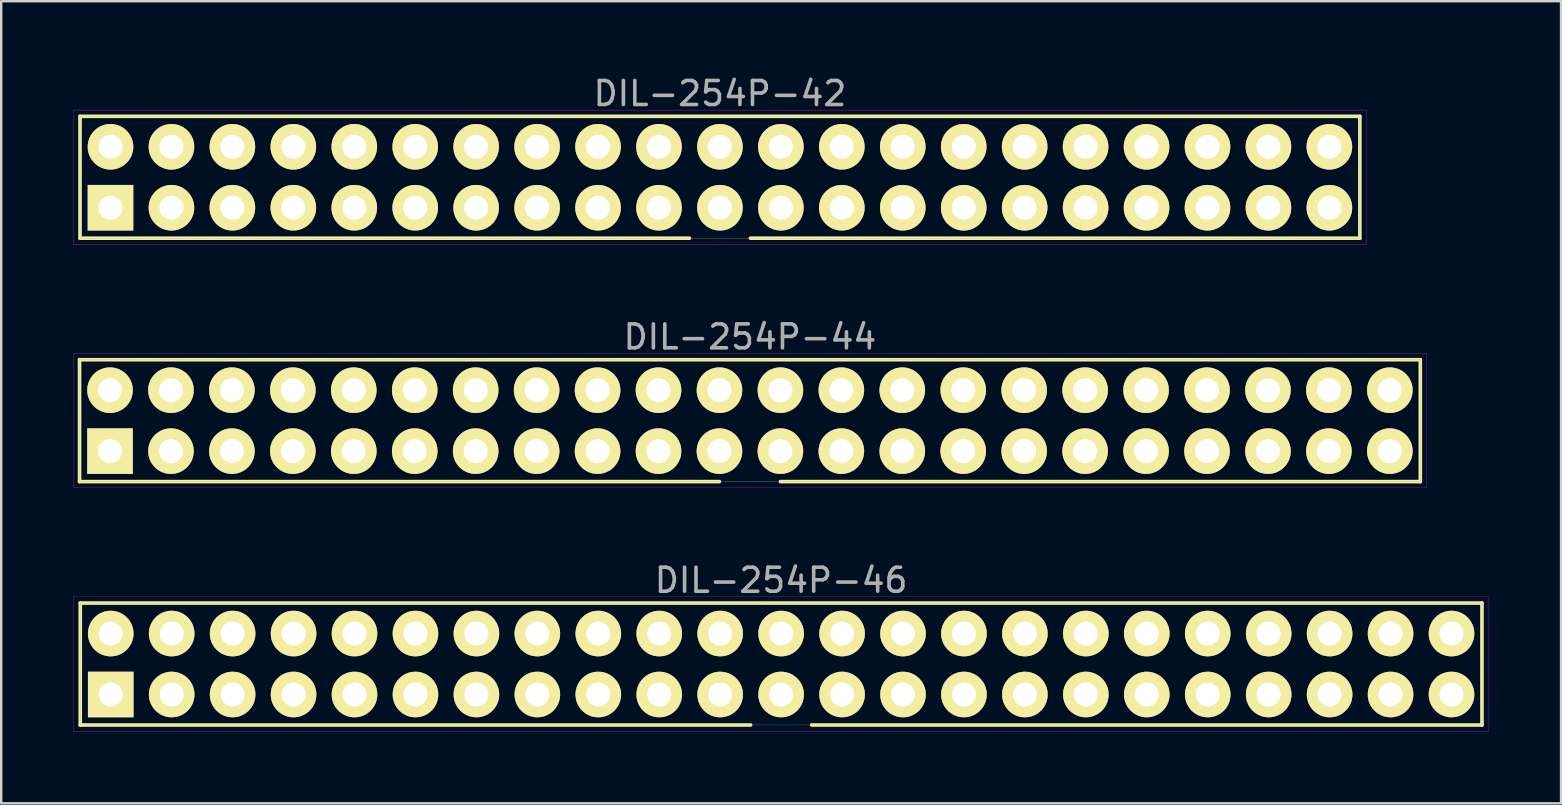
<source format=kicad_pcb>
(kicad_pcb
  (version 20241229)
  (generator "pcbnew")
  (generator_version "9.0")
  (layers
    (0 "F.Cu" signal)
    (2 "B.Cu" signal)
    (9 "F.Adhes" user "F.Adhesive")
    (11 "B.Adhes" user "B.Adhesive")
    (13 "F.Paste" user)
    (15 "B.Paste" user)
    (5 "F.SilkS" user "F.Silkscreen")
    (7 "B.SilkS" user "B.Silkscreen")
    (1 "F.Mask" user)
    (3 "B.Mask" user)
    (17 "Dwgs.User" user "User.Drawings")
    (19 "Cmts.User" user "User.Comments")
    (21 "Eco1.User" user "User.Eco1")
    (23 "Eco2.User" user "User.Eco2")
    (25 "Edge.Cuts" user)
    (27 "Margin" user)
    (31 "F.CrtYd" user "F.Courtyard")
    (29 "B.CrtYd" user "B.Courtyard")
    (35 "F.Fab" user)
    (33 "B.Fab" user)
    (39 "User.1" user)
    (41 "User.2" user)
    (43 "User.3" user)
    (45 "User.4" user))
  (footprint "DIL-254P-46"
    (layer "F.Cu")
    (at 29.505 24.625)
    (property "Reference" "DIL-254P-46" (at 0 -3.49 0) (layer "F.Fab") (effects (font (size 1 1) (thickness 0.15))))
    (attr through_hole)
    (fp_line (start -29.21 -2.54) (end 29.21 -2.54) (stroke (width 0.15) (type solid)) (layer "F.SilkS"))
    (fp_line (start -29.21 2.54) (end -29.21 -2.54) (stroke (width 0.15) (type solid)) (layer "F.SilkS"))
    (fp_line (start -1.27 2.54) (end -29.21 2.54) (stroke (width 0.15) (type solid)) (layer "F.SilkS"))
    (fp_line (start 29.21 -2.54) (end 29.21 2.54) (stroke (width 0.15) (type solid)) (layer "F.SilkS"))
    (fp_line (start 29.21 2.54) (end 1.27 2.54) (stroke (width 0.15) (type solid)) (layer "F.SilkS"))
    (fp_line (start -29.5 -2.8) (end 29.5 -2.8) (stroke (width 0.01) (type solid)) (layer "F.CrtYd"))
    (fp_line (start -29.5 2.8) (end -29.5 -2.8) (stroke (width 0.01) (type solid)) (layer "F.CrtYd"))
    (fp_line (start 29.5 -2.8) (end 29.5 2.8) (stroke (width 0.01) (type solid)) (layer "F.CrtYd"))
    (fp_line (start 29.5 2.8) (end -29.5 2.8) (stroke (width 0.01) (type solid)) (layer "F.CrtYd"))
    (fp_line (start -29.21 -2.54) (end 29.21 -2.54) (stroke (width 0.01) (type solid)) (layer "F.Fab"))
    (fp_line (start -29.21 2.54) (end -29.21 -2.54) (stroke (width 0.01) (type solid)) (layer "F.Fab"))
    (fp_line (start 29.21 -2.54) (end 29.21 2.54) (stroke (width 0.01) (type solid)) (layer "F.Fab"))
    (fp_line (start 29.21 2.54) (end -29.21 2.54) (stroke (width 0.01) (type solid)) (layer "F.Fab"))
    (pad "1" thru_hole rect (at -27.94 1.27) (size 1.9 1.9) (drill 1) (layers "*.Cu" "*.Mask" "F.SilkS"))
    (pad "2" thru_hole circle (at -27.94 -1.27) (size 1.9 1.9) (drill 1) (layers "*.Cu" "*.Mask" "F.SilkS"))
    (pad "3" thru_hole circle (at -25.4 1.27) (size 1.9 1.9) (drill 1) (layers "*.Cu" "*.Mask" "F.SilkS"))
    (pad "4" thru_hole circle (at -25.4 -1.27) (size 1.9 1.9) (drill 1) (layers "*.Cu" "*.Mask" "F.SilkS"))
    (pad "5" thru_hole circle (at -22.86 1.27) (size 1.9 1.9) (drill 1) (layers "*.Cu" "*.Mask" "F.SilkS"))
    (pad "6" thru_hole circle (at -22.86 -1.27) (size 1.9 1.9) (drill 1) (layers "*.Cu" "*.Mask" "F.SilkS"))
    (pad "7" thru_hole circle (at -20.32 1.27) (size 1.9 1.9) (drill 1) (layers "*.Cu" "*.Mask" "F.SilkS"))
    (pad "8" thru_hole circle (at -20.32 -1.27) (size 1.9 1.9) (drill 1) (layers "*.Cu" "*.Mask" "F.SilkS"))
    (pad "9" thru_hole circle (at -17.78 1.27) (size 1.9 1.9) (drill 1) (layers "*.Cu" "*.Mask" "F.SilkS"))
    (pad "10" thru_hole circle (at -17.78 -1.27) (size 1.9 1.9) (drill 1) (layers "*.Cu" "*.Mask" "F.SilkS"))
    (pad "11" thru_hole circle (at -15.24 1.27) (size 1.9 1.9) (drill 1) (layers "*.Cu" "*.Mask" "F.SilkS"))
    (pad "12" thru_hole circle (at -15.24 -1.27) (size 1.9 1.9) (drill 1) (layers "*.Cu" "*.Mask" "F.SilkS"))
    (pad "13" thru_hole circle (at -12.7 1.27) (size 1.9 1.9) (drill 1) (layers "*.Cu" "*.Mask" "F.SilkS"))
    (pad "14" thru_hole circle (at -12.7 -1.27) (size 1.9 1.9) (drill 1) (layers "*.Cu" "*.Mask" "F.SilkS"))
    (pad "15" thru_hole circle (at -10.16 1.27) (size 1.9 1.9) (drill 1) (layers "*.Cu" "*.Mask" "F.SilkS"))
    (pad "16" thru_hole circle (at -10.16 -1.27) (size 1.9 1.9) (drill 1) (layers "*.Cu" "*.Mask" "F.SilkS"))
    (pad "17" thru_hole circle (at -7.62 1.27) (size 1.9 1.9) (drill 1) (layers "*.Cu" "*.Mask" "F.SilkS"))
    (pad "18" thru_hole circle (at -7.62 -1.27) (size 1.9 1.9) (drill 1) (layers "*.Cu" "*.Mask" "F.SilkS"))
    (pad "19" thru_hole circle (at -5.08 1.27) (size 1.9 1.9) (drill 1) (layers "*.Cu" "*.Mask" "F.SilkS"))
    (pad "20" thru_hole circle (at -5.08 -1.27) (size 1.9 1.9) (drill 1) (layers "*.Cu" "*.Mask" "F.SilkS"))
    (pad "21" thru_hole circle (at -2.54 1.27) (size 1.9 1.9) (drill 1) (layers "*.Cu" "*.Mask" "F.SilkS"))
    (pad "22" thru_hole circle (at -2.54 -1.27) (size 1.9 1.9) (drill 1) (layers "*.Cu" "*.Mask" "F.SilkS"))
    (pad "23" thru_hole circle (at 0 1.27) (size 1.9 1.9) (drill 1) (layers "*.Cu" "*.Mask" "F.SilkS"))
    (pad "24" thru_hole circle (at 0 -1.27) (size 1.9 1.9) (drill 1) (layers "*.Cu" "*.Mask" "F.SilkS"))
    (pad "25" thru_hole circle (at 2.54 1.27) (size 1.9 1.9) (drill 1) (layers "*.Cu" "*.Mask" "F.SilkS"))
    (pad "26" thru_hole circle (at 2.54 -1.27) (size 1.9 1.9) (drill 1) (layers "*.Cu" "*.Mask" "F.SilkS"))
    (pad "27" thru_hole circle (at 5.08 1.27) (size 1.9 1.9) (drill 1) (layers "*.Cu" "*.Mask" "F.SilkS"))
    (pad "28" thru_hole circle (at 5.08 -1.27) (size 1.9 1.9) (drill 1) (layers "*.Cu" "*.Mask" "F.SilkS"))
    (pad "29" thru_hole circle (at 7.62 1.27) (size 1.9 1.9) (drill 1) (layers "*.Cu" "*.Mask" "F.SilkS"))
    (pad "30" thru_hole circle (at 7.62 -1.27) (size 1.9 1.9) (drill 1) (layers "*.Cu" "*.Mask" "F.SilkS"))
    (pad "31" thru_hole circle (at 10.16 1.27) (size 1.9 1.9) (drill 1) (layers "*.Cu" "*.Mask" "F.SilkS"))
    (pad "32" thru_hole circle (at 10.16 -1.27) (size 1.9 1.9) (drill 1) (layers "*.Cu" "*.Mask" "F.SilkS"))
    (pad "33" thru_hole circle (at 12.7 1.27) (size 1.9 1.9) (drill 1) (layers "*.Cu" "*.Mask" "F.SilkS"))
    (pad "34" thru_hole circle (at 12.7 -1.27) (size 1.9 1.9) (drill 1) (layers "*.Cu" "*.Mask" "F.SilkS"))
    (pad "35" thru_hole circle (at 15.24 1.27) (size 1.9 1.9) (drill 1) (layers "*.Cu" "*.Mask" "F.SilkS"))
    (pad "36" thru_hole circle (at 15.24 -1.27) (size 1.9 1.9) (drill 1) (layers "*.Cu" "*.Mask" "F.SilkS"))
    (pad "37" thru_hole circle (at 17.78 1.27) (size 1.9 1.9) (drill 1) (layers "*.Cu" "*.Mask" "F.SilkS"))
    (pad "38" thru_hole circle (at 17.78 -1.27) (size 1.9 1.9) (drill 1) (layers "*.Cu" "*.Mask" "F.SilkS"))
    (pad "39" thru_hole circle (at 20.32 1.27) (size 1.9 1.9) (drill 1) (layers "*.Cu" "*.Mask" "F.SilkS"))
    (pad "40" thru_hole circle (at 20.32 -1.27) (size 1.9 1.9) (drill 1) (layers "*.Cu" "*.Mask" "F.SilkS"))
    (pad "41" thru_hole circle (at 22.86 1.27) (size 1.9 1.9) (drill 1) (layers "*.Cu" "*.Mask" "F.SilkS"))
    (pad "42" thru_hole circle (at 22.86 -1.27) (size 1.9 1.9) (drill 1) (layers "*.Cu" "*.Mask" "F.SilkS"))
    (pad "43" thru_hole circle (at 25.4 1.27) (size 1.9 1.9) (drill 1) (layers "*.Cu" "*.Mask" "F.SilkS"))
    (pad "44" thru_hole circle (at 25.4 -1.27) (size 1.9 1.9) (drill 1) (layers "*.Cu" "*.Mask" "F.SilkS"))
    (pad "45" thru_hole circle (at 27.94 1.27) (size 1.9 1.9) (drill 1) (layers "*.Cu" "*.Mask" "F.SilkS"))
    (pad "46" thru_hole circle (at 27.94 -1.27) (size 1.9 1.9) (drill 1) (layers "*.Cu" "*.Mask" "F.SilkS")))
  (footprint "DIL-254P-42"
    (layer "F.Cu")
    (at 26.955 4.338)
    (property "Reference" "DIL-254P-42" (at 0 -3.49 0) (layer "F.Fab") (effects (font (size 1 1) (thickness 0.15))))
    (attr through_hole)
    (fp_line (start -26.67 -2.54) (end 26.67 -2.54) (stroke (width 0.15) (type solid)) (layer "F.SilkS"))
    (fp_line (start -26.67 2.54) (end -26.67 -2.54) (stroke (width 0.15) (type solid)) (layer "F.SilkS"))
    (fp_line (start -1.27 2.54) (end -26.67 2.54) (stroke (width 0.15) (type solid)) (layer "F.SilkS"))
    (fp_line (start 26.67 -2.54) (end 26.67 2.54) (stroke (width 0.15) (type solid)) (layer "F.SilkS"))
    (fp_line (start 26.67 2.54) (end 1.27 2.54) (stroke (width 0.15) (type solid)) (layer "F.SilkS"))
    (fp_line (start -26.95 -2.8) (end 26.95 -2.8) (stroke (width 0.01) (type solid)) (layer "F.CrtYd"))
    (fp_line (start -26.95 2.8) (end -26.95 -2.8) (stroke (width 0.01) (type solid)) (layer "F.CrtYd"))
    (fp_line (start 26.95 -2.8) (end 26.95 2.8) (stroke (width 0.01) (type solid)) (layer "F.CrtYd"))
    (fp_line (start 26.95 2.8) (end -26.95 2.8) (stroke (width 0.01) (type solid)) (layer "F.CrtYd"))
    (fp_line (start -26.67 -2.54) (end 26.67 -2.54) (stroke (width 0.01) (type solid)) (layer "F.Fab"))
    (fp_line (start -26.67 2.54) (end -26.67 -2.54) (stroke (width 0.01) (type solid)) (layer "F.Fab"))
    (fp_line (start 26.67 -2.54) (end 26.67 2.54) (stroke (width 0.01) (type solid)) (layer "F.Fab"))
    (fp_line (start 26.67 2.54) (end -26.67 2.54) (stroke (width 0.01) (type solid)) (layer "F.Fab"))
    (pad "1" thru_hole rect (at -25.4 1.27) (size 1.9 1.9) (drill 1) (layers "*.Cu" "*.Mask" "F.SilkS"))
    (pad "2" thru_hole circle (at -25.4 -1.27) (size 1.9 1.9) (drill 1) (layers "*.Cu" "*.Mask" "F.SilkS"))
    (pad "3" thru_hole circle (at -22.86 1.27) (size 1.9 1.9) (drill 1) (layers "*.Cu" "*.Mask" "F.SilkS"))
    (pad "4" thru_hole circle (at -22.86 -1.27) (size 1.9 1.9) (drill 1) (layers "*.Cu" "*.Mask" "F.SilkS"))
    (pad "5" thru_hole circle (at -20.32 1.27) (size 1.9 1.9) (drill 1) (layers "*.Cu" "*.Mask" "F.SilkS"))
    (pad "6" thru_hole circle (at -20.32 -1.27) (size 1.9 1.9) (drill 1) (layers "*.Cu" "*.Mask" "F.SilkS"))
    (pad "7" thru_hole circle (at -17.78 1.27) (size 1.9 1.9) (drill 1) (layers "*.Cu" "*.Mask" "F.SilkS"))
    (pad "8" thru_hole circle (at -17.78 -1.27) (size 1.9 1.9) (drill 1) (layers "*.Cu" "*.Mask" "F.SilkS"))
    (pad "9" thru_hole circle (at -15.24 1.27) (size 1.9 1.9) (drill 1) (layers "*.Cu" "*.Mask" "F.SilkS"))
    (pad "10" thru_hole circle (at -15.24 -1.27) (size 1.9 1.9) (drill 1) (layers "*.Cu" "*.Mask" "F.SilkS"))
    (pad "11" thru_hole circle (at -12.7 1.27) (size 1.9 1.9) (drill 1) (layers "*.Cu" "*.Mask" "F.SilkS"))
    (pad "12" thru_hole circle (at -12.7 -1.27) (size 1.9 1.9) (drill 1) (layers "*.Cu" "*.Mask" "F.SilkS"))
    (pad "13" thru_hole circle (at -10.16 1.27) (size 1.9 1.9) (drill 1) (layers "*.Cu" "*.Mask" "F.SilkS"))
    (pad "14" thru_hole circle (at -10.16 -1.27) (size 1.9 1.9) (drill 1) (layers "*.Cu" "*.Mask" "F.SilkS"))
    (pad "15" thru_hole circle (at -7.62 1.27) (size 1.9 1.9) (drill 1) (layers "*.Cu" "*.Mask" "F.SilkS"))
    (pad "16" thru_hole circle (at -7.62 -1.27) (size 1.9 1.9) (drill 1) (layers "*.Cu" "*.Mask" "F.SilkS"))
    (pad "17" thru_hole circle (at -5.08 1.27) (size 1.9 1.9) (drill 1) (layers "*.Cu" "*.Mask" "F.SilkS"))
    (pad "18" thru_hole circle (at -5.08 -1.27) (size 1.9 1.9) (drill 1) (layers "*.Cu" "*.Mask" "F.SilkS"))
    (pad "19" thru_hole circle (at -2.54 1.27) (size 1.9 1.9) (drill 1) (layers "*.Cu" "*.Mask" "F.SilkS"))
    (pad "20" thru_hole circle (at -2.54 -1.27) (size 1.9 1.9) (drill 1) (layers "*.Cu" "*.Mask" "F.SilkS"))
    (pad "21" thru_hole circle (at 0 1.27) (size 1.9 1.9) (drill 1) (layers "*.Cu" "*.Mask" "F.SilkS"))
    (pad "22" thru_hole circle (at 0 -1.27) (size 1.9 1.9) (drill 1) (layers "*.Cu" "*.Mask" "F.SilkS"))
    (pad "23" thru_hole circle (at 2.54 1.27) (size 1.9 1.9) (drill 1) (layers "*.Cu" "*.Mask" "F.SilkS"))
    (pad "24" thru_hole circle (at 2.54 -1.27) (size 1.9 1.9) (drill 1) (layers "*.Cu" "*.Mask" "F.SilkS"))
    (pad "25" thru_hole circle (at 5.08 1.27) (size 1.9 1.9) (drill 1) (layers "*.Cu" "*.Mask" "F.SilkS"))
    (pad "26" thru_hole circle (at 5.08 -1.27) (size 1.9 1.9) (drill 1) (layers "*.Cu" "*.Mask" "F.SilkS"))
    (pad "27" thru_hole circle (at 7.62 1.27) (size 1.9 1.9) (drill 1) (layers "*.Cu" "*.Mask" "F.SilkS"))
    (pad "28" thru_hole circle (at 7.62 -1.27) (size 1.9 1.9) (drill 1) (layers "*.Cu" "*.Mask" "F.SilkS"))
    (pad "29" thru_hole circle (at 10.16 1.27) (size 1.9 1.9) (drill 1) (layers "*.Cu" "*.Mask" "F.SilkS"))
    (pad "30" thru_hole circle (at 10.16 -1.27) (size 1.9 1.9) (drill 1) (layers "*.Cu" "*.Mask" "F.SilkS"))
    (pad "31" thru_hole circle (at 12.7 1.27) (size 1.9 1.9) (drill 1) (layers "*.Cu" "*.Mask" "F.SilkS"))
    (pad "32" thru_hole circle (at 12.7 -1.27) (size 1.9 1.9) (drill 1) (layers "*.Cu" "*.Mask" "F.SilkS"))
    (pad "33" thru_hole circle (at 15.24 1.27) (size 1.9 1.9) (drill 1) (layers "*.Cu" "*.Mask" "F.SilkS"))
    (pad "34" thru_hole circle (at 15.24 -1.27) (size 1.9 1.9) (drill 1) (layers "*.Cu" "*.Mask" "F.SilkS"))
    (pad "35" thru_hole circle (at 17.78 1.27) (size 1.9 1.9) (drill 1) (layers "*.Cu" "*.Mask" "F.SilkS"))
    (pad "36" thru_hole circle (at 17.78 -1.27) (size 1.9 1.9) (drill 1) (layers "*.Cu" "*.Mask" "F.SilkS"))
    (pad "37" thru_hole circle (at 20.32 1.27) (size 1.9 1.9) (drill 1) (layers "*.Cu" "*.Mask" "F.SilkS"))
    (pad "38" thru_hole circle (at 20.32 -1.27) (size 1.9 1.9) (drill 1) (layers "*.Cu" "*.Mask" "F.SilkS"))
    (pad "39" thru_hole circle (at 22.86 1.27) (size 1.9 1.9) (drill 1) (layers "*.Cu" "*.Mask" "F.SilkS"))
    (pad "40" thru_hole circle (at 22.86 -1.27) (size 1.9 1.9) (drill 1) (layers "*.Cu" "*.Mask" "F.SilkS"))
    (pad "41" thru_hole circle (at 25.4 1.27) (size 1.9 1.9) (drill 1) (layers "*.Cu" "*.Mask" "F.SilkS"))
    (pad "42" thru_hole circle (at 25.4 -1.27) (size 1.9 1.9) (drill 1) (layers "*.Cu" "*.Mask" "F.SilkS")))
  (footprint "DIL-254P-44"
    (layer "F.Cu")
    (at 28.205 14.482)
    (property "Reference" "DIL-254P-44" (at 0 -3.49 0) (layer "F.Fab") (effects (font (size 1 1) (thickness 0.15))))
    (attr through_hole)
    (fp_line (start -27.94 -2.54) (end 27.94 -2.54) (stroke (width 0.15) (type solid)) (layer "F.SilkS"))
    (fp_line (start -27.94 2.54) (end -27.94 -2.54) (stroke (width 0.15) (type solid)) (layer "F.SilkS"))
    (fp_line (start -1.27 2.54) (end -27.94 2.54) (stroke (width 0.15) (type solid)) (layer "F.SilkS"))
    (fp_line (start 27.94 -2.54) (end 27.94 2.54) (stroke (width 0.15) (type solid)) (layer "F.SilkS"))
    (fp_line (start 27.94 2.54) (end 1.27 2.54) (stroke (width 0.15) (type solid)) (layer "F.SilkS"))
    (fp_line (start -28.2 -2.8) (end 28.2 -2.8) (stroke (width 0.01) (type solid)) (layer "F.CrtYd"))
    (fp_line (start -28.2 2.8) (end -28.2 -2.8) (stroke (width 0.01) (type solid)) (layer "F.CrtYd"))
    (fp_line (start 28.2 -2.8) (end 28.2 2.8) (stroke (width 0.01) (type solid)) (layer "F.CrtYd"))
    (fp_line (start 28.2 2.8) (end -28.2 2.8) (stroke (width 0.01) (type solid)) (layer "F.CrtYd"))
    (fp_line (start -27.94 -2.54) (end 27.94 -2.54) (stroke (width 0.01) (type solid)) (layer "F.Fab"))
    (fp_line (start -27.94 2.54) (end -27.94 -2.54) (stroke (width 0.01) (type solid)) (layer "F.Fab"))
    (fp_line (start 27.94 -2.54) (end 27.94 2.54) (stroke (width 0.01) (type solid)) (layer "F.Fab"))
    (fp_line (start 27.94 2.54) (end -27.94 2.54) (stroke (width 0.01) (type solid)) (layer "F.Fab"))
    (pad "1" thru_hole rect (at -26.67 1.27) (size 1.9 1.9) (drill 1) (layers "*.Cu" "*.Mask" "F.SilkS"))
    (pad "2" thru_hole circle (at -26.67 -1.27) (size 1.9 1.9) (drill 1) (layers "*.Cu" "*.Mask" "F.SilkS"))
    (pad "3" thru_hole circle (at -24.13 1.27) (size 1.9 1.9) (drill 1) (layers "*.Cu" "*.Mask" "F.SilkS"))
    (pad "4" thru_hole circle (at -24.13 -1.27) (size 1.9 1.9) (drill 1) (layers "*.Cu" "*.Mask" "F.SilkS"))
    (pad "5" thru_hole circle (at -21.59 1.27) (size 1.9 1.9) (drill 1) (layers "*.Cu" "*.Mask" "F.SilkS"))
    (pad "6" thru_hole circle (at -21.59 -1.27) (size 1.9 1.9) (drill 1) (layers "*.Cu" "*.Mask" "F.SilkS"))
    (pad "7" thru_hole circle (at -19.05 1.27) (size 1.9 1.9) (drill 1) (layers "*.Cu" "*.Mask" "F.SilkS"))
    (pad "8" thru_hole circle (at -19.05 -1.27) (size 1.9 1.9) (drill 1) (layers "*.Cu" "*.Mask" "F.SilkS"))
    (pad "9" thru_hole circle (at -16.51 1.27) (size 1.9 1.9) (drill 1) (layers "*.Cu" "*.Mask" "F.SilkS"))
    (pad "10" thru_hole circle (at -16.51 -1.27) (size 1.9 1.9) (drill 1) (layers "*.Cu" "*.Mask" "F.SilkS"))
    (pad "11" thru_hole circle (at -13.97 1.27) (size 1.9 1.9) (drill 1) (layers "*.Cu" "*.Mask" "F.SilkS"))
    (pad "12" thru_hole circle (at -13.97 -1.27) (size 1.9 1.9) (drill 1) (layers "*.Cu" "*.Mask" "F.SilkS"))
    (pad "13" thru_hole circle (at -11.43 1.27) (size 1.9 1.9) (drill 1) (layers "*.Cu" "*.Mask" "F.SilkS"))
    (pad "14" thru_hole circle (at -11.43 -1.27) (size 1.9 1.9) (drill 1) (layers "*.Cu" "*.Mask" "F.SilkS"))
    (pad "15" thru_hole circle (at -8.89 1.27) (size 1.9 1.9) (drill 1) (layers "*.Cu" "*.Mask" "F.SilkS"))
    (pad "16" thru_hole circle (at -8.89 -1.27) (size 1.9 1.9) (drill 1) (layers "*.Cu" "*.Mask" "F.SilkS"))
    (pad "17" thru_hole circle (at -6.35 1.27) (size 1.9 1.9) (drill 1) (layers "*.Cu" "*.Mask" "F.SilkS"))
    (pad "18" thru_hole circle (at -6.35 -1.27) (size 1.9 1.9) (drill 1) (layers "*.Cu" "*.Mask" "F.SilkS"))
    (pad "19" thru_hole circle (at -3.81 1.27) (size 1.9 1.9) (drill 1) (layers "*.Cu" "*.Mask" "F.SilkS"))
    (pad "20" thru_hole circle (at -3.81 -1.27) (size 1.9 1.9) (drill 1) (layers "*.Cu" "*.Mask" "F.SilkS"))
    (pad "21" thru_hole circle (at -1.27 1.27) (size 1.9 1.9) (drill 1) (layers "*.Cu" "*.Mask" "F.SilkS"))
    (pad "22" thru_hole circle (at -1.27 -1.27) (size 1.9 1.9) (drill 1) (layers "*.Cu" "*.Mask" "F.SilkS"))
    (pad "23" thru_hole circle (at 1.27 1.27) (size 1.9 1.9) (drill 1) (layers "*.Cu" "*.Mask" "F.SilkS"))
    (pad "24" thru_hole circle (at 1.27 -1.27) (size 1.9 1.9) (drill 1) (layers "*.Cu" "*.Mask" "F.SilkS"))
    (pad "25" thru_hole circle (at 3.81 1.27) (size 1.9 1.9) (drill 1) (layers "*.Cu" "*.Mask" "F.SilkS"))
    (pad "26" thru_hole circle (at 3.81 -1.27) (size 1.9 1.9) (drill 1) (layers "*.Cu" "*.Mask" "F.SilkS"))
    (pad "27" thru_hole circle (at 6.35 1.27) (size 1.9 1.9) (drill 1) (layers "*.Cu" "*.Mask" "F.SilkS"))
    (pad "28" thru_hole circle (at 6.35 -1.27) (size 1.9 1.9) (drill 1) (layers "*.Cu" "*.Mask" "F.SilkS"))
    (pad "29" thru_hole circle (at 8.89 1.27) (size 1.9 1.9) (drill 1) (layers "*.Cu" "*.Mask" "F.SilkS"))
    (pad "30" thru_hole circle (at 8.89 -1.27) (size 1.9 1.9) (drill 1) (layers "*.Cu" "*.Mask" "F.SilkS"))
    (pad "31" thru_hole circle (at 11.43 1.27) (size 1.9 1.9) (drill 1) (layers "*.Cu" "*.Mask" "F.SilkS"))
    (pad "32" thru_hole circle (at 11.43 -1.27) (size 1.9 1.9) (drill 1) (layers "*.Cu" "*.Mask" "F.SilkS"))
    (pad "33" thru_hole circle (at 13.97 1.27) (size 1.9 1.9) (drill 1) (layers "*.Cu" "*.Mask" "F.SilkS"))
    (pad "34" thru_hole circle (at 13.97 -1.27) (size 1.9 1.9) (drill 1) (layers "*.Cu" "*.Mask" "F.SilkS"))
    (pad "35" thru_hole circle (at 16.51 1.27) (size 1.9 1.9) (drill 1) (layers "*.Cu" "*.Mask" "F.SilkS"))
    (pad "36" thru_hole circle (at 16.51 -1.27) (size 1.9 1.9) (drill 1) (layers "*.Cu" "*.Mask" "F.SilkS"))
    (pad "37" thru_hole circle (at 19.05 1.27) (size 1.9 1.9) (drill 1) (layers "*.Cu" "*.Mask" "F.SilkS"))
    (pad "38" thru_hole circle (at 19.05 -1.27) (size 1.9 1.9) (drill 1) (layers "*.Cu" "*.Mask" "F.SilkS"))
    (pad "39" thru_hole circle (at 21.59 1.27) (size 1.9 1.9) (drill 1) (layers "*.Cu" "*.Mask" "F.SilkS"))
    (pad "40" thru_hole circle (at 21.59 -1.27) (size 1.9 1.9) (drill 1) (layers "*.Cu" "*.Mask" "F.SilkS"))
    (pad "41" thru_hole circle (at 24.13 1.27) (size 1.9 1.9) (drill 1) (layers "*.Cu" "*.Mask" "F.SilkS"))
    (pad "42" thru_hole circle (at 24.13 -1.27) (size 1.9 1.9) (drill 1) (layers "*.Cu" "*.Mask" "F.SilkS"))
    (pad "43" thru_hole circle (at 26.67 1.27) (size 1.9 1.9) (drill 1) (layers "*.Cu" "*.Mask" "F.SilkS"))
    (pad "44" thru_hole circle (at 26.67 -1.27) (size 1.9 1.9) (drill 1) (layers "*.Cu" "*.Mask" "F.SilkS")))
  (gr_rect
    (start -3 -3)
    (end 62.01 30.43)
    (stroke (width 0.1) (type default))
    (fill no)
    (layer "Edge.Cuts")))
</source>
